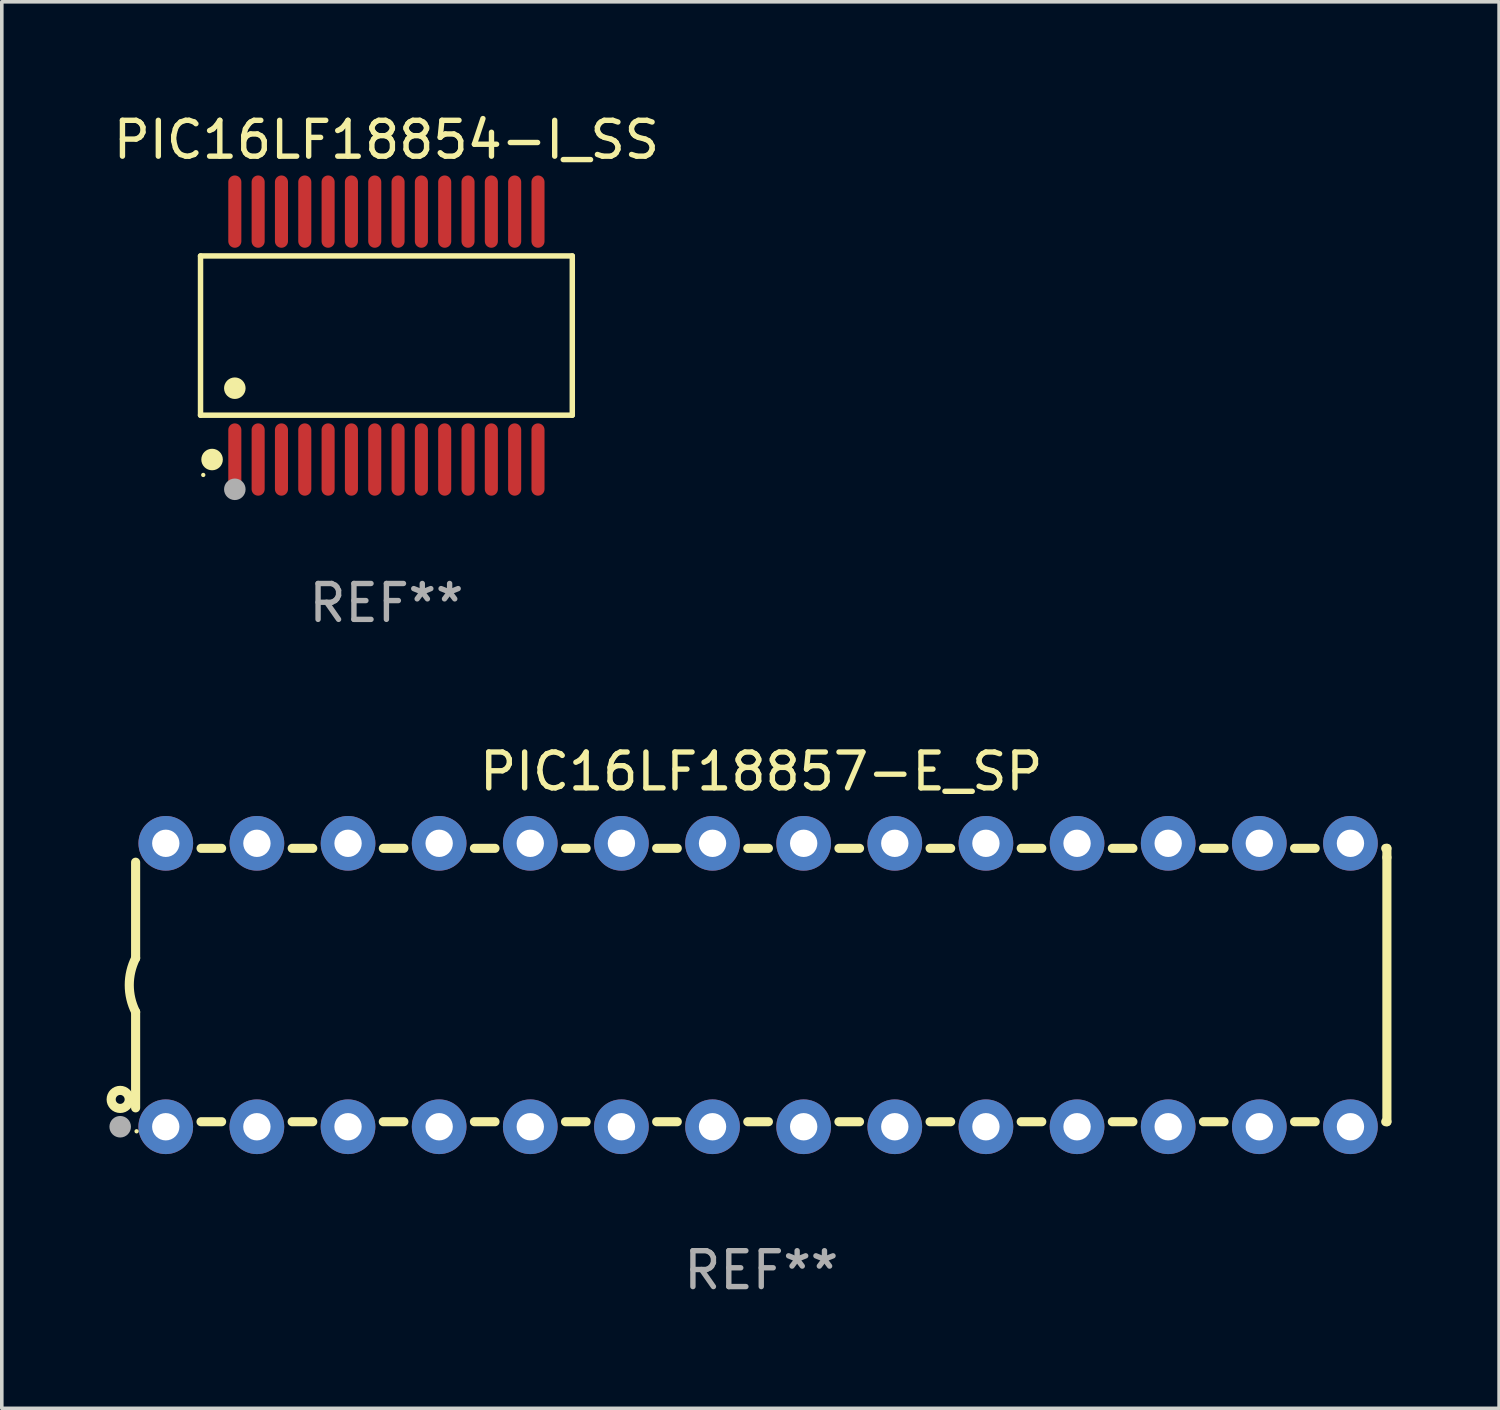
<source format=kicad_pcb>
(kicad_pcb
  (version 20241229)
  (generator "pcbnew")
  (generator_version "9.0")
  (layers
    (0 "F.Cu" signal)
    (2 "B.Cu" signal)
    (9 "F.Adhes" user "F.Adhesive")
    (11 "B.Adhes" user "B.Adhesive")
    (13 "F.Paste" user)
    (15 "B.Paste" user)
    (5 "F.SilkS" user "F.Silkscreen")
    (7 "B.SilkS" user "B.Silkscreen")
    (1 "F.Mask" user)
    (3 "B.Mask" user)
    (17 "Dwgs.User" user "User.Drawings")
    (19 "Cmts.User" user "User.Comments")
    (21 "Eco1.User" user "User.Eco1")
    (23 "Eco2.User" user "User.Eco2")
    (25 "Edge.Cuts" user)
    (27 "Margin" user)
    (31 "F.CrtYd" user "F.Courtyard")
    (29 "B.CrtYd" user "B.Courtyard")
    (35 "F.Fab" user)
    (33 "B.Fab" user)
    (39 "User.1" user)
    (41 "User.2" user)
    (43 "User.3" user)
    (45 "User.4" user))
  (footprint "PIC16LF18857-E_SP"
    (layer "F.Cu")
    (at 18.168 24.405)
    (property "Reference" "PIC16LF18857-E_SP" (at 0 -5.95 0) (layer "F.SilkS") (effects (font (size 1 1) (thickness 0.15))))
    (attr through_hole)
    (fp_line (start -17.438 0.75) (end -17.438 3.423) (stroke (width 0.254) (type solid)) (layer "F.SilkS"))
    (fp_line (start -17.438 -3.423) (end -17.438 -0.75) (stroke (width 0.254) (type solid)) (layer "F.SilkS"))
    (fp_line (start -15.615 3.81) (end -15.041 3.81) (stroke (width 0.254) (type solid)) (layer "F.SilkS"))
    (fp_line (start -15.041 -3.81) (end -15.614 -3.81) (stroke (width 0.254) (type solid)) (layer "F.SilkS"))
    (fp_line (start -13.075 3.81) (end -12.501 3.81) (stroke (width 0.254) (type solid)) (layer "F.SilkS"))
    (fp_line (start -12.501 -3.81) (end -13.074 -3.81) (stroke (width 0.254) (type solid)) (layer "F.SilkS"))
    (fp_line (start -10.535 3.81) (end -9.961 3.81) (stroke (width 0.254) (type solid)) (layer "F.SilkS"))
    (fp_line (start -9.961 -3.81) (end -10.534 -3.81) (stroke (width 0.254) (type solid)) (layer "F.SilkS"))
    (fp_line (start -7.995 3.81) (end -7.421 3.81) (stroke (width 0.254) (type solid)) (layer "F.SilkS"))
    (fp_line (start -7.421 -3.81) (end -7.995 -3.81) (stroke (width 0.254) (type solid)) (layer "F.SilkS"))
    (fp_line (start -5.455 3.81) (end -4.881 3.81) (stroke (width 0.254) (type solid)) (layer "F.SilkS"))
    (fp_line (start -4.881 -3.81) (end -5.455 -3.81) (stroke (width 0.254) (type solid)) (layer "F.SilkS"))
    (fp_line (start -2.915 3.81) (end -2.341 3.81) (stroke (width 0.254) (type solid)) (layer "F.SilkS"))
    (fp_line (start -2.341 -3.81) (end -2.915 -3.81) (stroke (width 0.254) (type solid)) (layer "F.SilkS"))
    (fp_line (start -0.375 3.81) (end 0.199 3.81) (stroke (width 0.254) (type solid)) (layer "F.SilkS"))
    (fp_line (start 0.199 -3.81) (end -0.375 -3.81) (stroke (width 0.254) (type solid)) (layer "F.SilkS"))
    (fp_line (start 2.165 3.81) (end 2.739 3.81) (stroke (width 0.254) (type solid)) (layer "F.SilkS"))
    (fp_line (start 2.739 -3.81) (end 2.165 -3.81) (stroke (width 0.254) (type solid)) (layer "F.SilkS"))
    (fp_line (start 4.705 3.81) (end 5.279 3.81) (stroke (width 0.254) (type solid)) (layer "F.SilkS"))
    (fp_line (start 5.279 -3.81) (end 4.705 -3.81) (stroke (width 0.254) (type solid)) (layer "F.SilkS"))
    (fp_line (start 7.245 3.81) (end 7.819 3.81) (stroke (width 0.254) (type solid)) (layer "F.SilkS"))
    (fp_line (start 7.819 -3.81) (end 7.245 -3.81) (stroke (width 0.254) (type solid)) (layer "F.SilkS"))
    (fp_line (start 9.785 3.81) (end 10.359 3.81) (stroke (width 0.254) (type solid)) (layer "F.SilkS"))
    (fp_line (start 10.359 -3.81) (end 9.785 -3.81) (stroke (width 0.254) (type solid)) (layer "F.SilkS"))
    (fp_line (start 12.325 3.81) (end 12.899 3.81) (stroke (width 0.254) (type solid)) (layer "F.SilkS"))
    (fp_line (start 12.899 -3.81) (end 12.325 -3.81) (stroke (width 0.254) (type solid)) (layer "F.SilkS"))
    (fp_line (start 14.865 3.81) (end 15.439 3.81) (stroke (width 0.254) (type solid)) (layer "F.SilkS"))
    (fp_line (start 15.439 -3.81) (end 14.865 -3.81) (stroke (width 0.254) (type solid)) (layer "F.SilkS"))
    (fp_line (start 17.405 3.81) (end 17.438 3.81) (stroke (width 0.254) (type solid)) (layer "F.SilkS"))
    (fp_line (start 17.438 -3.81) (end 17.405 -3.81) (stroke (width 0.254) (type solid)) (layer "F.SilkS"))
    (fp_line (start 17.438 -3.556) (end 17.438 -3.81) (stroke (width 0.254) (type solid)) (layer "F.SilkS"))
    (fp_line (start 17.438 3.81) (end 17.438 -3.556) (stroke (width 0.254) (type solid)) (layer "F.SilkS"))
    (fp_arc (start -17.437986 0.749657) (mid -17.614887 -0.000024) (end -17.437783 -0.749657) (stroke (width 0.254001) (type solid)) (layer "F.SilkS"))
    (fp_circle (center -17.868 3.188) (end -17.743 3.188) (stroke (width 0.254) (type solid)) (fill no) (layer "F.SilkS"))
    (fp_circle (center -17.411 4.077) (end -17.381 4.077) (stroke (width 0.06) (type solid)) (fill no) (layer "F.SilkS"))
    (fp_circle (center -17.868 3.95) (end -17.718 3.95) (stroke (width 0.3) (type solid)) (fill no) (layer "F.Fab"))
    (fp_text user "REF**" (at 0 7.95 0) (layer "F.Fab") (effects (font (size 1 1) (thickness 0.15))))
    (pad "1" thru_hole circle (at -16.598 3.95) (size 1.524 1.524) (drill 0.762) (layers "*.Cu" "*.Mask"))
    (pad "2" thru_hole circle (at -14.058 3.95) (size 1.524 1.524) (drill 0.762) (layers "*.Cu" "*.Mask"))
    (pad "3" thru_hole circle (at -11.518 3.95) (size 1.524 1.524) (drill 0.762) (layers "*.Cu" "*.Mask"))
    (pad "4" thru_hole circle (at -8.978 3.95) (size 1.524 1.524) (drill 0.762) (layers "*.Cu" "*.Mask"))
    (pad "5" thru_hole circle (at -6.438 3.95) (size 1.524 1.524) (drill 0.762) (layers "*.Cu" "*.Mask"))
    (pad "6" thru_hole circle (at -3.898 3.95) (size 1.524 1.524) (drill 0.762) (layers "*.Cu" "*.Mask"))
    (pad "7" thru_hole circle (at -1.358 3.95) (size 1.524 1.524) (drill 0.762) (layers "*.Cu" "*.Mask"))
    (pad "8" thru_hole circle (at 1.182 3.95) (size 1.524 1.524) (drill 0.762) (layers "*.Cu" "*.Mask"))
    (pad "9" thru_hole circle (at 3.722 3.95) (size 1.524 1.524) (drill 0.762) (layers "*.Cu" "*.Mask"))
    (pad "10" thru_hole circle (at 6.262 3.95) (size 1.524 1.524) (drill 0.762) (layers "*.Cu" "*.Mask"))
    (pad "11" thru_hole circle (at 8.802 3.95) (size 1.524 1.524) (drill 0.762) (layers "*.Cu" "*.Mask"))
    (pad "12" thru_hole circle (at 11.342 3.95) (size 1.524 1.524) (drill 0.762) (layers "*.Cu" "*.Mask"))
    (pad "13" thru_hole circle (at 13.882 3.95) (size 1.524 1.524) (drill 0.762) (layers "*.Cu" "*.Mask"))
    (pad "14" thru_hole circle (at 16.422 3.95) (size 1.524 1.524) (drill 0.762) (layers "*.Cu" "*.Mask"))
    (pad "15" thru_hole circle (at 16.422 -3.95) (size 1.524 1.524) (drill 0.762) (layers "*.Cu" "*.Mask"))
    (pad "16" thru_hole circle (at 13.882 -3.95) (size 1.524 1.524) (drill 0.762) (layers "*.Cu" "*.Mask"))
    (pad "17" thru_hole circle (at 11.342 -3.95) (size 1.524 1.524) (drill 0.762) (layers "*.Cu" "*.Mask"))
    (pad "18" thru_hole circle (at 8.802 -3.95) (size 1.524 1.524) (drill 0.762) (layers "*.Cu" "*.Mask"))
    (pad "19" thru_hole circle (at 6.262 -3.95) (size 1.524 1.524) (drill 0.762) (layers "*.Cu" "*.Mask"))
    (pad "20" thru_hole circle (at 3.722 -3.95) (size 1.524 1.524) (drill 0.762) (layers "*.Cu" "*.Mask"))
    (pad "21" thru_hole circle (at 1.182 -3.95) (size 1.524 1.524) (drill 0.762) (layers "*.Cu" "*.Mask"))
    (pad "22" thru_hole circle (at -1.358 -3.95) (size 1.524 1.524) (drill 0.762) (layers "*.Cu" "*.Mask"))
    (pad "23" thru_hole circle (at -3.898 -3.95) (size 1.524 1.524) (drill 0.762) (layers "*.Cu" "*.Mask"))
    (pad "24" thru_hole circle (at -6.438 -3.95) (size 1.524 1.524) (drill 0.762) (layers "*.Cu" "*.Mask"))
    (pad "25" thru_hole circle (at -8.978 -3.95) (size 1.524 1.524) (drill 0.762) (layers "*.Cu" "*.Mask"))
    (pad "26" thru_hole circle (at -11.517 -3.95) (size 1.524 1.524) (drill 0.762) (layers "*.Cu" "*.Mask"))
    (pad "27" thru_hole circle (at -14.057 -3.95) (size 1.524 1.524) (drill 0.762) (layers "*.Cu" "*.Mask"))
    (pad "28" thru_hole circle (at -16.597 -3.95) (size 1.524 1.524) (drill 0.762) (layers "*.Cu" "*.Mask")))
  (footprint "PIC16LF18854-I_SS"
    (layer "F.Cu")
    (at 7.72 6.303)
    (property "Reference" "PIC16LF18854-I_SS" (at 0 -5.455 0) (layer "F.SilkS") (effects (font (size 1 1) (thickness 0.15))))
    (attr through_hole)
    (fp_line (start -5.181 -2.219) (end 5.181 -2.219) (stroke (width 0.152) (type solid)) (layer "F.SilkS"))
    (fp_line (start -5.181 2.219) (end -5.181 -2.219) (stroke (width 0.152) (type solid)) (layer "F.SilkS"))
    (fp_line (start 5.181 -2.219) (end 5.181 2.219) (stroke (width 0.152) (type solid)) (layer "F.SilkS"))
    (fp_line (start 5.181 2.219) (end -5.181 2.219) (stroke (width 0.152) (type solid)) (layer "F.SilkS"))
    (fp_circle (center -5.105 3.885) (end -5.075 3.885) (stroke (width 0.06) (type solid)) (fill no) (layer "F.SilkS"))
    (fp_circle (center -4.859 3.455) (end -4.709 3.455) (stroke (width 0.3) (type solid)) (fill no) (layer "F.SilkS"))
    (fp_circle (center -4.225 1.467) (end -4.075 1.467) (stroke (width 0.3) (type solid)) (fill no) (layer "F.SilkS"))
    (fp_circle (center -4.225 4.285) (end -4.075 4.285) (stroke (width 0.3) (type solid)) (fill no) (layer "F.Fab"))
    (fp_text user "REF**" (at 0 7.455 0) (layer "F.Fab") (effects (font (size 1 1) (thickness 0.15))))
    (pad "1" smd oval (at -4.225 3.455) (size 0.364 2.015) (layers "F.Cu" "F.Mask" "F.Paste"))
    (pad "2" smd oval (at -3.575 3.455) (size 0.364 2.015) (layers "F.Cu" "F.Mask" "F.Paste"))
    (pad "3" smd oval (at -2.925 3.455) (size 0.364 2.015) (layers "F.Cu" "F.Mask" "F.Paste"))
    (pad "4" smd oval (at -2.275 3.455) (size 0.364 2.015) (layers "F.Cu" "F.Mask" "F.Paste"))
    (pad "5" smd oval (at -1.625 3.455) (size 0.364 2.015) (layers "F.Cu" "F.Mask" "F.Paste"))
    (pad "6" smd oval (at -0.975 3.455) (size 0.364 2.015) (layers "F.Cu" "F.Mask" "F.Paste"))
    (pad "7" smd oval (at -0.325 3.455) (size 0.364 2.015) (layers "F.Cu" "F.Mask" "F.Paste"))
    (pad "8" smd oval (at 0.325 3.455) (size 0.364 2.015) (layers "F.Cu" "F.Mask" "F.Paste"))
    (pad "9" smd oval (at 0.975 3.455) (size 0.364 2.015) (layers "F.Cu" "F.Mask" "F.Paste"))
    (pad "10" smd oval (at 1.625 3.455) (size 0.364 2.015) (layers "F.Cu" "F.Mask" "F.Paste"))
    (pad "11" smd oval (at 2.275 3.455) (size 0.364 2.015) (layers "F.Cu" "F.Mask" "F.Paste"))
    (pad "12" smd oval (at 2.925 3.455) (size 0.364 2.015) (layers "F.Cu" "F.Mask" "F.Paste"))
    (pad "13" smd oval (at 3.575 3.455) (size 0.364 2.015) (layers "F.Cu" "F.Mask" "F.Paste"))
    (pad "14" smd oval (at 4.225 3.455) (size 0.364 2.015) (layers "F.Cu" "F.Mask" "F.Paste"))
    (pad "15" smd oval (at 4.225 -3.455) (size 0.364 2.015) (layers "F.Cu" "F.Mask" "F.Paste"))
    (pad "16" smd oval (at 3.575 -3.455) (size 0.364 2.015) (layers "F.Cu" "F.Mask" "F.Paste"))
    (pad "17" smd oval (at 2.925 -3.455) (size 0.364 2.015) (layers "F.Cu" "F.Mask" "F.Paste"))
    (pad "18" smd oval (at 2.275 -3.455) (size 0.364 2.015) (layers "F.Cu" "F.Mask" "F.Paste"))
    (pad "19" smd oval (at 1.625 -3.455) (size 0.364 2.015) (layers "F.Cu" "F.Mask" "F.Paste"))
    (pad "20" smd oval (at 0.975 -3.455) (size 0.364 2.015) (layers "F.Cu" "F.Mask" "F.Paste"))
    (pad "21" smd oval (at 0.325 -3.455) (size 0.364 2.015) (layers "F.Cu" "F.Mask" "F.Paste"))
    (pad "22" smd oval (at -0.325 -3.455) (size 0.364 2.015) (layers "F.Cu" "F.Mask" "F.Paste"))
    (pad "23" smd oval (at -0.975 -3.455) (size 0.364 2.015) (layers "F.Cu" "F.Mask" "F.Paste"))
    (pad "24" smd oval (at -1.625 -3.455) (size 0.364 2.015) (layers "F.Cu" "F.Mask" "F.Paste"))
    (pad "25" smd oval (at -2.275 -3.455) (size 0.364 2.015) (layers "F.Cu" "F.Mask" "F.Paste"))
    (pad "26" smd oval (at -2.925 -3.455) (size 0.364 2.015) (layers "F.Cu" "F.Mask" "F.Paste"))
    (pad "27" smd oval (at -3.575 -3.455) (size 0.364 2.015) (layers "F.Cu" "F.Mask" "F.Paste"))
    (pad "28" smd oval (at -4.225 -3.455) (size 0.364 2.015) (layers "F.Cu" "F.Mask" "F.Paste")))
  (gr_rect
    (start -3 -3)
    (end 38.733 36.203)
    (stroke (width 0.1) (type default))
    (fill no)
    (layer "Edge.Cuts")))
</source>
